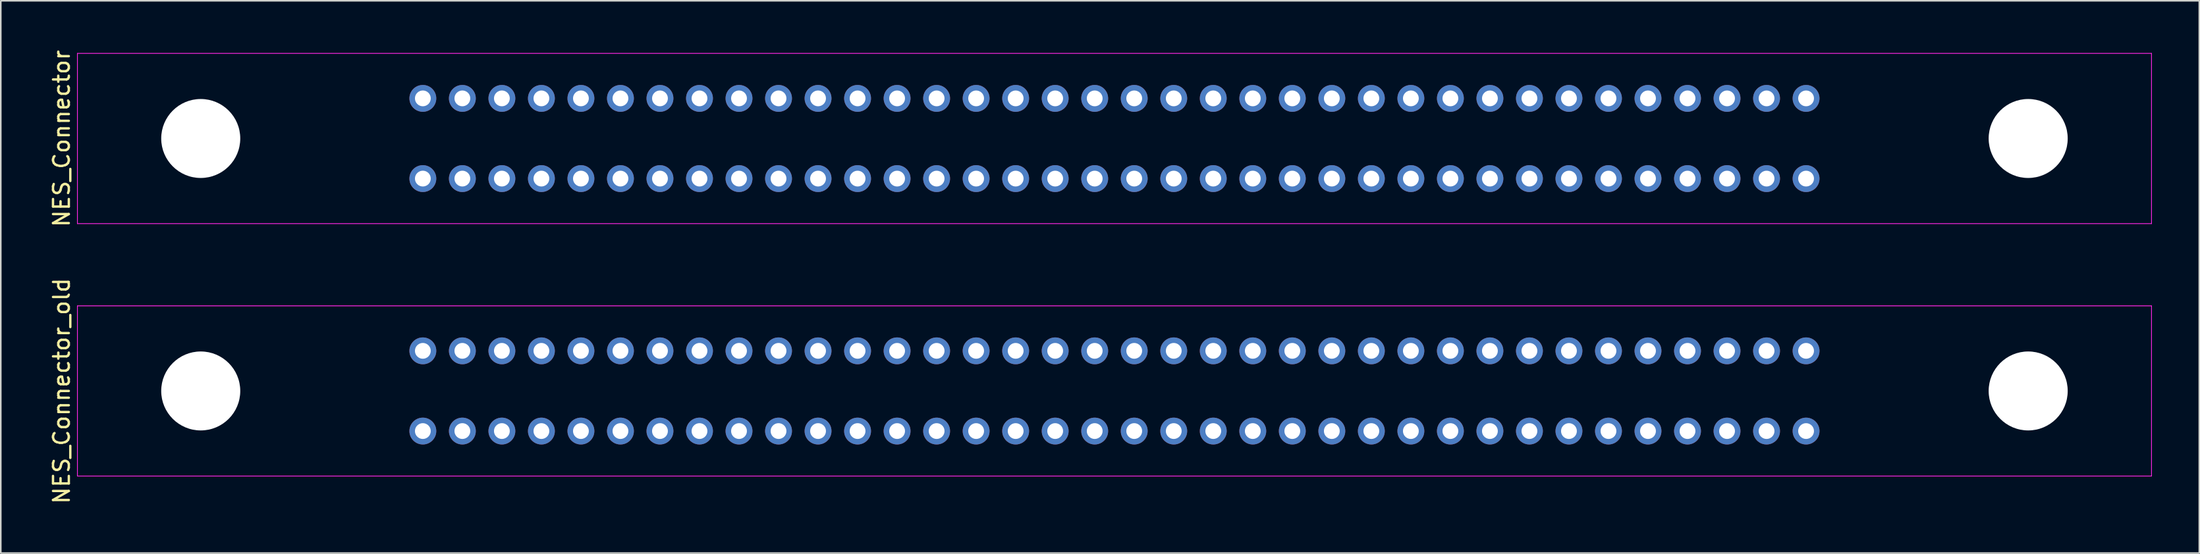
<source format=kicad_pcb>
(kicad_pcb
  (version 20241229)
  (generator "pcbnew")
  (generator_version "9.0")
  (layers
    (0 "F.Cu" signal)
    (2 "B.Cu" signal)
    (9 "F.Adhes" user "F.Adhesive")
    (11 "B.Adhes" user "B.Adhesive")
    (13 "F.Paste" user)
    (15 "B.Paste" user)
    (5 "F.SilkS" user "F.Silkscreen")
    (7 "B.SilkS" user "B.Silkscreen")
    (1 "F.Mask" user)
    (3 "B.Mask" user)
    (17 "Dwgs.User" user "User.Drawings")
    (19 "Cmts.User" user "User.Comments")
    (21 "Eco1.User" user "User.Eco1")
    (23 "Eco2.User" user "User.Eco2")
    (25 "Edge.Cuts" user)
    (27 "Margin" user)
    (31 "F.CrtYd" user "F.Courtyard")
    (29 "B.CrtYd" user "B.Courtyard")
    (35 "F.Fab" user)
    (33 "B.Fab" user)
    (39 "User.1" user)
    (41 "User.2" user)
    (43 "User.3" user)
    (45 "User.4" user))
  (footprint "NES_Connector"
    (layer "F.Cu")
    (at 67.448 5.72)
    (property "Reference" "NES_Connector" (at -66.6 0 90) (layer "F.SilkS") (effects (font (size 1 1) (thickness 0.15))))
    (fp_line (start -65.6 -5.39) (end -65.6 5.39) (stroke (width 0.05) (type default)) (layer "F.CrtYd"))
    (fp_line (start -65.6 5.39) (end 65.6 5.39) (stroke (width 0.05) (type default)) (layer "F.CrtYd"))
    (fp_line (start 65.6 -5.39) (end -65.6 -5.39) (stroke (width 0.05) (type default)) (layer "F.CrtYd"))
    (fp_line (start 65.6 5.39) (end 65.6 -5.39) (stroke (width 0.05) (type default)) (layer "F.CrtYd"))
    (pad "" np_thru_hole circle (at -57.8 0) (size 5 5) (drill 5) (layers "*.Cu" "*.Mask"))
    (pad "" np_thru_hole circle (at 57.8 0) (size 5 5) (drill 5) (layers "*.Cu" "*.Mask"))
    (pad "1" thru_hole circle (at 43.75 2.54) (size 1.7 1.7) (drill 1) (layers "*.Cu" "*.Mask"))
    (pad "2" thru_hole circle (at 41.25 2.54) (size 1.7 1.7) (drill 1) (layers "*.Cu" "*.Mask"))
    (pad "3" thru_hole circle (at 38.75 2.54) (size 1.7 1.7) (drill 1) (layers "*.Cu" "*.Mask"))
    (pad "4" thru_hole circle (at 36.25 2.54) (size 1.7 1.7) (drill 1) (layers "*.Cu" "*.Mask"))
    (pad "5" thru_hole circle (at 33.75 2.54) (size 1.7 1.7) (drill 1) (layers "*.Cu" "*.Mask"))
    (pad "6" thru_hole circle (at 31.25 2.54) (size 1.7 1.7) (drill 1) (layers "*.Cu" "*.Mask"))
    (pad "7" thru_hole circle (at 28.75 2.54) (size 1.7 1.7) (drill 1) (layers "*.Cu" "*.Mask"))
    (pad "8" thru_hole circle (at 26.25 2.54) (size 1.7 1.7) (drill 1) (layers "*.Cu" "*.Mask"))
    (pad "9" thru_hole circle (at 23.75 2.54) (size 1.7 1.7) (drill 1) (layers "*.Cu" "*.Mask"))
    (pad "10" thru_hole circle (at 21.25 2.54) (size 1.7 1.7) (drill 1) (layers "*.Cu" "*.Mask"))
    (pad "11" thru_hole circle (at 18.75 2.54) (size 1.7 1.7) (drill 1) (layers "*.Cu" "*.Mask"))
    (pad "12" thru_hole circle (at 16.25 2.54) (size 1.7 1.7) (drill 1) (layers "*.Cu" "*.Mask"))
    (pad "13" thru_hole circle (at 13.75 2.54) (size 1.7 1.7) (drill 1) (layers "*.Cu" "*.Mask"))
    (pad "14" thru_hole circle (at 11.25 2.54) (size 1.7 1.7) (drill 1) (layers "*.Cu" "*.Mask"))
    (pad "15" thru_hole circle (at 8.75 2.54) (size 1.7 1.7) (drill 1) (layers "*.Cu" "*.Mask"))
    (pad "16" thru_hole circle (at 6.25 2.54) (size 1.7 1.7) (drill 1) (layers "*.Cu" "*.Mask"))
    (pad "17" thru_hole circle (at 3.75 2.54) (size 1.7 1.7) (drill 1) (layers "*.Cu" "*.Mask"))
    (pad "18" thru_hole circle (at 1.25 2.54) (size 1.7 1.7) (drill 1) (layers "*.Cu" "*.Mask"))
    (pad "19" thru_hole circle (at -1.25 2.54) (size 1.7 1.7) (drill 1) (layers "*.Cu" "*.Mask"))
    (pad "20" thru_hole circle (at -3.75 2.54) (size 1.7 1.7) (drill 1) (layers "*.Cu" "*.Mask"))
    (pad "21" thru_hole circle (at -6.25 2.54) (size 1.7 1.7) (drill 1) (layers "*.Cu" "*.Mask"))
    (pad "22" thru_hole circle (at -8.75 2.54) (size 1.7 1.7) (drill 1) (layers "*.Cu" "*.Mask"))
    (pad "23" thru_hole circle (at -11.25 2.54) (size 1.7 1.7) (drill 1) (layers "*.Cu" "*.Mask"))
    (pad "24" thru_hole circle (at -13.75 2.54) (size 1.7 1.7) (drill 1) (layers "*.Cu" "*.Mask"))
    (pad "25" thru_hole circle (at -16.25 2.54) (size 1.7 1.7) (drill 1) (layers "*.Cu" "*.Mask"))
    (pad "26" thru_hole circle (at -18.75 2.54) (size 1.7 1.7) (drill 1) (layers "*.Cu" "*.Mask"))
    (pad "27" thru_hole circle (at -21.25 2.54) (size 1.7 1.7) (drill 1) (layers "*.Cu" "*.Mask"))
    (pad "28" thru_hole circle (at -23.75 2.54) (size 1.7 1.7) (drill 1) (layers "*.Cu" "*.Mask"))
    (pad "29" thru_hole circle (at -26.25 2.54) (size 1.7 1.7) (drill 1) (layers "*.Cu" "*.Mask"))
    (pad "30" thru_hole circle (at -28.75 2.54) (size 1.7 1.7) (drill 1) (layers "*.Cu" "*.Mask"))
    (pad "31" thru_hole circle (at -31.25 2.54) (size 1.7 1.7) (drill 1) (layers "*.Cu" "*.Mask"))
    (pad "32" thru_hole circle (at -33.75 2.54) (size 1.7 1.7) (drill 1) (layers "*.Cu" "*.Mask"))
    (pad "33" thru_hole circle (at -36.25 2.54) (size 1.7 1.7) (drill 1) (layers "*.Cu" "*.Mask"))
    (pad "34" thru_hole circle (at -38.75 2.54) (size 1.7 1.7) (drill 1) (layers "*.Cu" "*.Mask"))
    (pad "35" thru_hole circle (at -41.25 2.54) (size 1.7 1.7) (drill 1) (layers "*.Cu" "*.Mask"))
    (pad "36" thru_hole circle (at -43.75 2.54) (size 1.7 1.7) (drill 1) (layers "*.Cu" "*.Mask"))
    (pad "37" thru_hole circle (at 43.75 -2.54) (size 1.7 1.7) (drill 1) (layers "*.Cu" "*.Mask"))
    (pad "38" thru_hole circle (at 41.25 -2.54) (size 1.7 1.7) (drill 1) (layers "*.Cu" "*.Mask"))
    (pad "39" thru_hole circle (at 38.75 -2.54) (size 1.7 1.7) (drill 1) (layers "*.Cu" "*.Mask"))
    (pad "40" thru_hole circle (at 36.25 -2.54) (size 1.7 1.7) (drill 1) (layers "*.Cu" "*.Mask"))
    (pad "41" thru_hole circle (at 33.75 -2.54) (size 1.7 1.7) (drill 1) (layers "*.Cu" "*.Mask"))
    (pad "42" thru_hole circle (at 31.25 -2.54) (size 1.7 1.7) (drill 1) (layers "*.Cu" "*.Mask"))
    (pad "43" thru_hole circle (at 28.75 -2.54) (size 1.7 1.7) (drill 1) (layers "*.Cu" "*.Mask"))
    (pad "44" thru_hole circle (at 26.25 -2.54) (size 1.7 1.7) (drill 1) (layers "*.Cu" "*.Mask"))
    (pad "45" thru_hole circle (at 23.75 -2.54) (size 1.7 1.7) (drill 1) (layers "*.Cu" "*.Mask"))
    (pad "46" thru_hole circle (at 21.25 -2.54) (size 1.7 1.7) (drill 1) (layers "*.Cu" "*.Mask"))
    (pad "47" thru_hole circle (at 18.75 -2.54) (size 1.7 1.7) (drill 1) (layers "*.Cu" "*.Mask"))
    (pad "48" thru_hole circle (at 16.25 -2.54) (size 1.7 1.7) (drill 1) (layers "*.Cu" "*.Mask"))
    (pad "49" thru_hole circle (at 13.75 -2.54) (size 1.7 1.7) (drill 1) (layers "*.Cu" "*.Mask"))
    (pad "50" thru_hole circle (at 11.25 -2.54) (size 1.7 1.7) (drill 1) (layers "*.Cu" "*.Mask"))
    (pad "51" thru_hole circle (at 8.75 -2.54) (size 1.7 1.7) (drill 1) (layers "*.Cu" "*.Mask"))
    (pad "52" thru_hole circle (at 6.25 -2.54) (size 1.7 1.7) (drill 1) (layers "*.Cu" "*.Mask"))
    (pad "53" thru_hole circle (at 3.75 -2.54) (size 1.7 1.7) (drill 1) (layers "*.Cu" "*.Mask"))
    (pad "54" thru_hole circle (at 1.25 -2.54) (size 1.7 1.7) (drill 1) (layers "*.Cu" "*.Mask"))
    (pad "55" thru_hole circle (at -1.25 -2.54) (size 1.7 1.7) (drill 1) (layers "*.Cu" "*.Mask"))
    (pad "56" thru_hole circle (at -3.75 -2.54) (size 1.7 1.7) (drill 1) (layers "*.Cu" "*.Mask"))
    (pad "57" thru_hole circle (at -6.25 -2.54) (size 1.7 1.7) (drill 1) (layers "*.Cu" "*.Mask"))
    (pad "58" thru_hole circle (at -8.75 -2.54) (size 1.7 1.7) (drill 1) (layers "*.Cu" "*.Mask"))
    (pad "59" thru_hole circle (at -11.25 -2.54) (size 1.7 1.7) (drill 1) (layers "*.Cu" "*.Mask"))
    (pad "60" thru_hole circle (at -13.75 -2.54) (size 1.7 1.7) (drill 1) (layers "*.Cu" "*.Mask"))
    (pad "61" thru_hole circle (at -16.25 -2.54) (size 1.7 1.7) (drill 1) (layers "*.Cu" "*.Mask"))
    (pad "62" thru_hole circle (at -18.75 -2.54) (size 1.7 1.7) (drill 1) (layers "*.Cu" "*.Mask"))
    (pad "63" thru_hole circle (at -21.25 -2.54) (size 1.7 1.7) (drill 1) (layers "*.Cu" "*.Mask"))
    (pad "64" thru_hole circle (at -23.75 -2.54) (size 1.7 1.7) (drill 1) (layers "*.Cu" "*.Mask"))
    (pad "65" thru_hole circle (at -26.25 -2.54) (size 1.7 1.7) (drill 1) (layers "*.Cu" "*.Mask"))
    (pad "66" thru_hole circle (at -28.75 -2.54) (size 1.7 1.7) (drill 1) (layers "*.Cu" "*.Mask"))
    (pad "67" thru_hole circle (at -31.25 -2.54) (size 1.7 1.7) (drill 1) (layers "*.Cu" "*.Mask"))
    (pad "68" thru_hole circle (at -33.75 -2.54) (size 1.7 1.7) (drill 1) (layers "*.Cu" "*.Mask"))
    (pad "69" thru_hole circle (at -36.25 -2.54) (size 1.7 1.7) (drill 1) (layers "*.Cu" "*.Mask"))
    (pad "70" thru_hole circle (at -38.75 -2.54) (size 1.7 1.7) (drill 1) (layers "*.Cu" "*.Mask"))
    (pad "71" thru_hole circle (at -41.25 -2.54) (size 1.7 1.7) (drill 1) (layers "*.Cu" "*.Mask"))
    (pad "72" thru_hole circle (at -43.75 -2.54) (size 1.7 1.7) (drill 1) (layers "*.Cu" "*.Mask")))
  (footprint "NES_Connector_old"
    (layer "F.Cu")
    (at 67.448 21.708)
    (property "Reference" "NES_Connector_old" (at -66.6 0 90) (layer "F.SilkS") (effects (font (size 1 1) (thickness 0.15))))
    (fp_line (start -65.6 -5.39) (end -65.6 5.39) (stroke (width 0.05) (type default)) (layer "F.CrtYd"))
    (fp_line (start -65.6 5.39) (end 65.6 5.39) (stroke (width 0.05) (type default)) (layer "F.CrtYd"))
    (fp_line (start 65.6 -5.39) (end -65.6 -5.39) (stroke (width 0.05) (type default)) (layer "F.CrtYd"))
    (fp_line (start 65.6 5.39) (end 65.6 -5.39) (stroke (width 0.05) (type default)) (layer "F.CrtYd"))
    (pad "" np_thru_hole circle (at -57.8 0) (size 5 5) (drill 5) (layers "*.Cu" "*.Mask"))
    (pad "" np_thru_hole circle (at 57.8 0) (size 5 5) (drill 5) (layers "*.Cu" "*.Mask"))
    (pad "1" thru_hole circle (at -43.75 2.54) (size 1.7 1.7) (drill 1) (layers "*.Cu" "*.Mask"))
    (pad "2" thru_hole circle (at -41.25 2.54) (size 1.7 1.7) (drill 1) (layers "*.Cu" "*.Mask"))
    (pad "3" thru_hole circle (at -38.75 2.54) (size 1.7 1.7) (drill 1) (layers "*.Cu" "*.Mask"))
    (pad "4" thru_hole circle (at -36.25 2.54) (size 1.7 1.7) (drill 1) (layers "*.Cu" "*.Mask"))
    (pad "5" thru_hole circle (at -33.75 2.54) (size 1.7 1.7) (drill 1) (layers "*.Cu" "*.Mask"))
    (pad "6" thru_hole circle (at -31.25 2.54) (size 1.7 1.7) (drill 1) (layers "*.Cu" "*.Mask"))
    (pad "7" thru_hole circle (at -28.75 2.54) (size 1.7 1.7) (drill 1) (layers "*.Cu" "*.Mask"))
    (pad "8" thru_hole circle (at -26.25 2.54) (size 1.7 1.7) (drill 1) (layers "*.Cu" "*.Mask"))
    (pad "9" thru_hole circle (at -23.75 2.54) (size 1.7 1.7) (drill 1) (layers "*.Cu" "*.Mask"))
    (pad "10" thru_hole circle (at -21.25 2.54) (size 1.7 1.7) (drill 1) (layers "*.Cu" "*.Mask"))
    (pad "11" thru_hole circle (at -18.75 2.54) (size 1.7 1.7) (drill 1) (layers "*.Cu" "*.Mask"))
    (pad "12" thru_hole circle (at -16.25 2.54) (size 1.7 1.7) (drill 1) (layers "*.Cu" "*.Mask"))
    (pad "13" thru_hole circle (at -13.75 2.54) (size 1.7 1.7) (drill 1) (layers "*.Cu" "*.Mask"))
    (pad "14" thru_hole circle (at -11.25 2.54) (size 1.7 1.7) (drill 1) (layers "*.Cu" "*.Mask"))
    (pad "15" thru_hole circle (at -8.75 2.54) (size 1.7 1.7) (drill 1) (layers "*.Cu" "*.Mask"))
    (pad "16" thru_hole circle (at -6.25 2.54) (size 1.7 1.7) (drill 1) (layers "*.Cu" "*.Mask"))
    (pad "17" thru_hole circle (at -3.75 2.54) (size 1.7 1.7) (drill 1) (layers "*.Cu" "*.Mask"))
    (pad "18" thru_hole circle (at -1.25 2.54) (size 1.7 1.7) (drill 1) (layers "*.Cu" "*.Mask"))
    (pad "19" thru_hole circle (at 1.25 2.54) (size 1.7 1.7) (drill 1) (layers "*.Cu" "*.Mask"))
    (pad "20" thru_hole circle (at 3.75 2.54) (size 1.7 1.7) (drill 1) (layers "*.Cu" "*.Mask"))
    (pad "21" thru_hole circle (at 6.25 2.54) (size 1.7 1.7) (drill 1) (layers "*.Cu" "*.Mask"))
    (pad "22" thru_hole circle (at 8.75 2.54) (size 1.7 1.7) (drill 1) (layers "*.Cu" "*.Mask"))
    (pad "23" thru_hole circle (at 11.25 2.54) (size 1.7 1.7) (drill 1) (layers "*.Cu" "*.Mask"))
    (pad "24" thru_hole circle (at 13.75 2.54) (size 1.7 1.7) (drill 1) (layers "*.Cu" "*.Mask"))
    (pad "25" thru_hole circle (at 16.25 2.54) (size 1.7 1.7) (drill 1) (layers "*.Cu" "*.Mask"))
    (pad "26" thru_hole circle (at 18.75 2.54) (size 1.7 1.7) (drill 1) (layers "*.Cu" "*.Mask"))
    (pad "27" thru_hole circle (at 21.25 2.54) (size 1.7 1.7) (drill 1) (layers "*.Cu" "*.Mask"))
    (pad "28" thru_hole circle (at 23.75 2.54) (size 1.7 1.7) (drill 1) (layers "*.Cu" "*.Mask"))
    (pad "29" thru_hole circle (at 26.25 2.54) (size 1.7 1.7) (drill 1) (layers "*.Cu" "*.Mask"))
    (pad "30" thru_hole circle (at 28.75 2.54) (size 1.7 1.7) (drill 1) (layers "*.Cu" "*.Mask"))
    (pad "31" thru_hole circle (at 31.25 2.54) (size 1.7 1.7) (drill 1) (layers "*.Cu" "*.Mask"))
    (pad "32" thru_hole circle (at 33.75 2.54) (size 1.7 1.7) (drill 1) (layers "*.Cu" "*.Mask"))
    (pad "33" thru_hole circle (at 36.25 2.54) (size 1.7 1.7) (drill 1) (layers "*.Cu" "*.Mask"))
    (pad "34" thru_hole circle (at 38.75 2.54) (size 1.7 1.7) (drill 1) (layers "*.Cu" "*.Mask"))
    (pad "35" thru_hole circle (at 41.25 2.54) (size 1.7 1.7) (drill 1) (layers "*.Cu" "*.Mask"))
    (pad "36" thru_hole circle (at 43.75 2.54) (size 1.7 1.7) (drill 1) (layers "*.Cu" "*.Mask"))
    (pad "37" thru_hole circle (at 43.75 -2.54) (size 1.7 1.7) (drill 1) (layers "*.Cu" "*.Mask"))
    (pad "38" thru_hole circle (at 41.25 -2.54) (size 1.7 1.7) (drill 1) (layers "*.Cu" "*.Mask"))
    (pad "39" thru_hole circle (at 38.75 -2.54) (size 1.7 1.7) (drill 1) (layers "*.Cu" "*.Mask"))
    (pad "40" thru_hole circle (at 36.25 -2.54) (size 1.7 1.7) (drill 1) (layers "*.Cu" "*.Mask"))
    (pad "41" thru_hole circle (at 33.75 -2.54) (size 1.7 1.7) (drill 1) (layers "*.Cu" "*.Mask"))
    (pad "42" thru_hole circle (at 31.25 -2.54) (size 1.7 1.7) (drill 1) (layers "*.Cu" "*.Mask"))
    (pad "43" thru_hole circle (at 28.75 -2.54) (size 1.7 1.7) (drill 1) (layers "*.Cu" "*.Mask"))
    (pad "44" thru_hole circle (at 26.25 -2.54) (size 1.7 1.7) (drill 1) (layers "*.Cu" "*.Mask"))
    (pad "45" thru_hole circle (at 23.75 -2.54) (size 1.7 1.7) (drill 1) (layers "*.Cu" "*.Mask"))
    (pad "46" thru_hole circle (at 21.25 -2.54) (size 1.7 1.7) (drill 1) (layers "*.Cu" "*.Mask"))
    (pad "47" thru_hole circle (at 18.75 -2.54) (size 1.7 1.7) (drill 1) (layers "*.Cu" "*.Mask"))
    (pad "48" thru_hole circle (at 16.25 -2.54) (size 1.7 1.7) (drill 1) (layers "*.Cu" "*.Mask"))
    (pad "49" thru_hole circle (at 13.75 -2.54) (size 1.7 1.7) (drill 1) (layers "*.Cu" "*.Mask"))
    (pad "50" thru_hole circle (at 11.25 -2.54) (size 1.7 1.7) (drill 1) (layers "*.Cu" "*.Mask"))
    (pad "51" thru_hole circle (at 8.75 -2.54) (size 1.7 1.7) (drill 1) (layers "*.Cu" "*.Mask"))
    (pad "52" thru_hole circle (at 6.25 -2.54) (size 1.7 1.7) (drill 1) (layers "*.Cu" "*.Mask"))
    (pad "53" thru_hole circle (at 3.75 -2.54) (size 1.7 1.7) (drill 1) (layers "*.Cu" "*.Mask"))
    (pad "54" thru_hole circle (at 1.25 -2.54) (size 1.7 1.7) (drill 1) (layers "*.Cu" "*.Mask"))
    (pad "55" thru_hole circle (at -1.25 -2.54) (size 1.7 1.7) (drill 1) (layers "*.Cu" "*.Mask"))
    (pad "56" thru_hole circle (at -3.75 -2.54) (size 1.7 1.7) (drill 1) (layers "*.Cu" "*.Mask"))
    (pad "57" thru_hole circle (at -6.25 -2.54) (size 1.7 1.7) (drill 1) (layers "*.Cu" "*.Mask"))
    (pad "58" thru_hole circle (at -8.75 -2.54) (size 1.7 1.7) (drill 1) (layers "*.Cu" "*.Mask"))
    (pad "59" thru_hole circle (at -11.25 -2.54) (size 1.7 1.7) (drill 1) (layers "*.Cu" "*.Mask"))
    (pad "60" thru_hole circle (at -13.75 -2.54) (size 1.7 1.7) (drill 1) (layers "*.Cu" "*.Mask"))
    (pad "61" thru_hole circle (at -16.25 -2.54) (size 1.7 1.7) (drill 1) (layers "*.Cu" "*.Mask"))
    (pad "62" thru_hole circle (at -18.75 -2.54) (size 1.7 1.7) (drill 1) (layers "*.Cu" "*.Mask"))
    (pad "63" thru_hole circle (at -21.25 -2.54) (size 1.7 1.7) (drill 1) (layers "*.Cu" "*.Mask"))
    (pad "64" thru_hole circle (at -23.75 -2.54) (size 1.7 1.7) (drill 1) (layers "*.Cu" "*.Mask"))
    (pad "65" thru_hole circle (at -26.25 -2.54) (size 1.7 1.7) (drill 1) (layers "*.Cu" "*.Mask"))
    (pad "66" thru_hole circle (at -28.75 -2.54) (size 1.7 1.7) (drill 1) (layers "*.Cu" "*.Mask"))
    (pad "67" thru_hole circle (at -31.25 -2.54) (size 1.7 1.7) (drill 1) (layers "*.Cu" "*.Mask"))
    (pad "68" thru_hole circle (at -33.75 -2.54) (size 1.7 1.7) (drill 1) (layers "*.Cu" "*.Mask"))
    (pad "69" thru_hole circle (at -36.25 -2.54) (size 1.7 1.7) (drill 1) (layers "*.Cu" "*.Mask"))
    (pad "70" thru_hole circle (at -38.75 -2.54) (size 1.7 1.7) (drill 1) (layers "*.Cu" "*.Mask"))
    (pad "71" thru_hole circle (at -41.25 -2.54) (size 1.7 1.7) (drill 1) (layers "*.Cu" "*.Mask"))
    (pad "72" thru_hole circle (at -43.75 -2.54) (size 1.7 1.7) (drill 1) (layers "*.Cu" "*.Mask")))
  (gr_rect
    (start -3 -3)
    (end 136.073 31.976)
    (stroke (width 0.1) (type default))
    (fill no)
    (layer "Edge.Cuts")))
</source>
